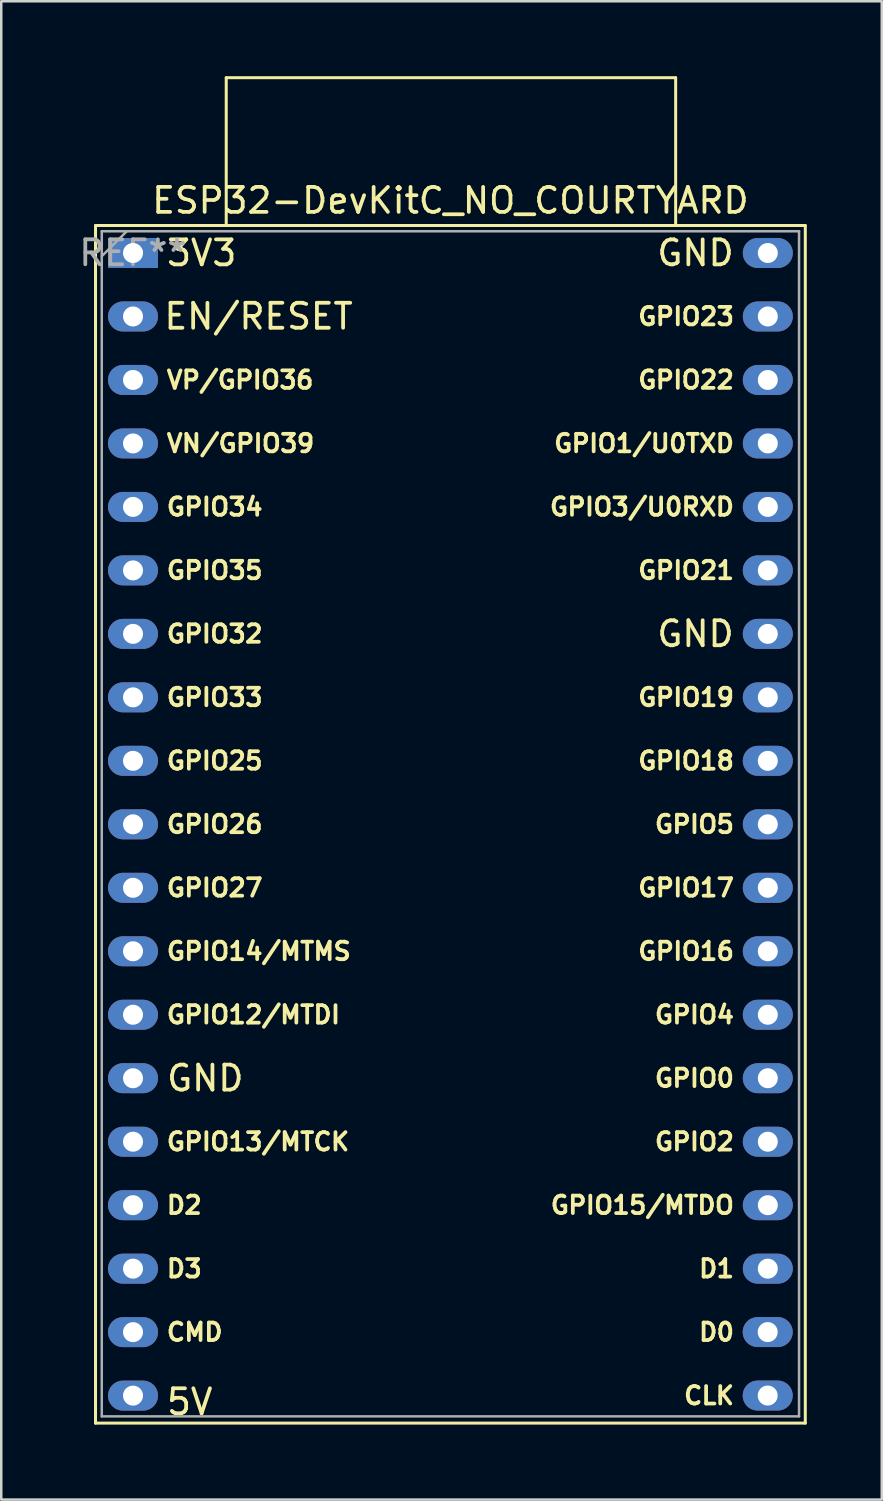
<source format=kicad_pcb>
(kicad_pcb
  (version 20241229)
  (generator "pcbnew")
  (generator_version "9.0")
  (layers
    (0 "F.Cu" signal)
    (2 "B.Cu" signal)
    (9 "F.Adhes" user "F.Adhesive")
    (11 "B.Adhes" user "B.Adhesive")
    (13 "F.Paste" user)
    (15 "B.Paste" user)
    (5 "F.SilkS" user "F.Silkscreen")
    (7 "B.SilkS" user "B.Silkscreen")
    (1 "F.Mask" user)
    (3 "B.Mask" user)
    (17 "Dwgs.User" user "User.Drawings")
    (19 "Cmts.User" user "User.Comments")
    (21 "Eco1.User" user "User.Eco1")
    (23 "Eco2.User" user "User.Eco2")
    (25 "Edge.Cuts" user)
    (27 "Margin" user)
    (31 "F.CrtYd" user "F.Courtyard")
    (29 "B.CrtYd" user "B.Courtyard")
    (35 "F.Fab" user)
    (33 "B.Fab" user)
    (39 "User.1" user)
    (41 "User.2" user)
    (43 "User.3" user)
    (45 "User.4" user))
  (footprint "ESP32-DevKitC_NO_COURTYARD"
    (layer "F.Cu")
    (at 2.272 7.073)
    (property "Reference" "ESP32-DevKitC_NO_COURTYARD" (at 12.7 -2.1 0) (layer "F.SilkS") (effects (font (size 1 1) (thickness 0.15))))
    (attr through_hole exclude_from_bom)
    (fp_line (start -1.5 46.82) (end 26.9 46.82) (stroke (width 0.12) (type solid)) (layer "F.SilkS"))
    (fp_line (start -1.5 -1.1) (end -1.5 46.82) (stroke (width 0.12) (type solid)) (layer "F.SilkS"))
    (fp_line (start 3.73 -7.013) (end 21.713 -7.013) (stroke (width 0.12) (type solid)) (layer "F.SilkS"))
    (fp_line (start 3.73 -1.12) (end 3.73 -7.013) (stroke (width 0.12) (type solid)) (layer "F.SilkS"))
    (fp_line (start 21.713 -7.013) (end 21.713 -1.12) (stroke (width 0.12) (type solid)) (layer "F.SilkS"))
    (fp_line (start 26.9 46.82) (end 26.9 -1.1) (stroke (width 0.12) (type solid)) (layer "F.SilkS"))
    (fp_line (start 26.9 -1.1) (end -1.5 -1.1) (stroke (width 0.12) (type solid)) (layer "F.SilkS"))
    (fp_line (start -1.25 -0.87) (end 26.65 -0.87) (stroke (width 0.1) (type solid)) (layer "F.Fab"))
    (fp_line (start -1.25 46.55) (end -1.25 -0.87) (stroke (width 0.1) (type solid)) (layer "F.Fab"))
    (fp_line (start -0.25 -0.87) (end -1.25 0.13) (stroke (width 0.1) (type solid)) (layer "F.Fab"))
    (fp_line (start 26.65 -0.87) (end 26.65 46.55) (stroke (width 0.1) (type solid)) (layer "F.Fab"))
    (fp_line (start 26.65 46.55) (end -1.25 46.55) (stroke (width 0.1) (type solid)) (layer "F.Fab"))
    (fp_text user "GND" (at 24.13 15.24 0) (unlocked yes) (layer "F.SilkS") (effects (font (size 1 1) (thickness 0.15)) (justify right)))
    (fp_text user "GPIO0" (at 24.13 33.02 0) (unlocked yes) (layer "F.SilkS") (effects (font (size 0.7 0.7) (thickness 0.15)) (justify right)))
    (fp_text user "5V" (at 1.266 45.971 0) (unlocked yes) (layer "F.SilkS") (effects (font (size 1 1) (thickness 0.15)) (justify left)))
    (fp_text user "D3" (at 1.27 40.64 0) (unlocked yes) (layer "F.SilkS") (effects (font (size 0.7 0.7) (thickness 0.15)) (justify left)))
    (fp_text user "D1" (at 24.13 40.64 0) (unlocked yes) (layer "F.SilkS") (effects (font (size 0.7 0.7) (thickness 0.15)) (justify right)))
    (fp_text user "GPIO2" (at 24.13 35.56 0) (unlocked yes) (layer "F.SilkS") (effects (font (size 0.7 0.7) (thickness 0.15)) (justify right)))
    (fp_text user "GPIO14/MTMS" (at 1.27 27.94 0) (unlocked yes) (layer "F.SilkS") (effects (font (size 0.7 0.7) (thickness 0.15)) (justify left)))
    (fp_text user "GPIO26" (at 1.27 22.86 0) (unlocked yes) (layer "F.SilkS") (effects (font (size 0.7 0.7) (thickness 0.15)) (justify left)))
    (fp_text user "GPIO19" (at 24.13 17.78 0) (unlocked yes) (layer "F.SilkS") (effects (font (size 0.7 0.7) (thickness 0.15)) (justify right)))
    (fp_text user "GPIO22" (at 24.13 5.08 0) (unlocked yes) (layer "F.SilkS") (effects (font (size 0.7 0.7) (thickness 0.15)) (justify right)))
    (fp_text user "VP/GPIO36" (at 1.27 5.08 0) (unlocked yes) (layer "F.SilkS") (effects (font (size 0.7 0.7) (thickness 0.15)) (justify left)))
    (fp_text user "GPIO25" (at 1.27 20.32 0) (unlocked yes) (layer "F.SilkS") (effects (font (size 0.7 0.7) (thickness 0.15)) (justify left)))
    (fp_text user "CMD" (at 1.27 43.18 0) (unlocked yes) (layer "F.SilkS") (effects (font (size 0.7 0.7) (thickness 0.15)) (justify left)))
    (fp_text user "GPIO5" (at 24.13 22.86 0) (unlocked yes) (layer "F.SilkS") (effects (font (size 0.7 0.7) (thickness 0.15)) (justify right)))
    (fp_text user "D2" (at 1.27 38.1 0) (unlocked yes) (layer "F.SilkS") (effects (font (size 0.7 0.7) (thickness 0.15)) (justify left)))
    (fp_text user "GPIO17" (at 24.13 25.4 0) (unlocked yes) (layer "F.SilkS") (effects (font (size 0.7 0.7) (thickness 0.15)) (justify right)))
    (fp_text user "VN/GPIO39" (at 1.27 7.62 0) (unlocked yes) (layer "F.SilkS") (effects (font (size 0.7 0.7) (thickness 0.15)) (justify left)))
    (fp_text user "GPIO32" (at 1.27 15.24 0) (unlocked yes) (layer "F.SilkS") (effects (font (size 0.7 0.7) (thickness 0.15)) (justify left)))
    (fp_text user "GPIO13/MTCK" (at 1.27 35.56 0) (unlocked yes) (layer "F.SilkS") (effects (font (size 0.7 0.7) (thickness 0.15)) (justify left)))
    (fp_text user "GPIO18" (at 24.13 20.32 0) (unlocked yes) (layer "F.SilkS") (effects (font (size 0.7 0.7) (thickness 0.15)) (justify right)))
    (fp_text user "CLK" (at 24.13 45.72 0) (unlocked yes) (layer "F.SilkS") (effects (font (size 0.7 0.7) (thickness 0.15)) (justify right)))
    (fp_text user "GPIO3/U0RXD" (at 24.13 10.16 0) (unlocked yes) (layer "F.SilkS") (effects (font (size 0.7 0.7) (thickness 0.15)) (justify right)))
    (fp_text user "GPIO12/MTDI" (at 1.27 30.48 0) (unlocked yes) (layer "F.SilkS") (effects (font (size 0.7 0.7) (thickness 0.15)) (justify left)))
    (fp_text user "GPIO23" (at 24.13 2.54 0) (unlocked yes) (layer "F.SilkS") (effects (font (size 0.7 0.7) (thickness 0.15)) (justify right)))
    (fp_text user "GPIO34" (at 1.27 10.16 0) (unlocked yes) (layer "F.SilkS") (effects (font (size 0.7 0.7) (thickness 0.15)) (justify left)))
    (fp_text user "GPIO21" (at 24.13 12.7 0) (unlocked yes) (layer "F.SilkS") (effects (font (size 0.7 0.7) (thickness 0.15)) (justify right)))
    (fp_text user "GPIO35" (at 1.27 12.7 0) (unlocked yes) (layer "F.SilkS") (effects (font (size 0.7 0.7) (thickness 0.15)) (justify left)))
    (fp_text user "GPIO33" (at 1.27 17.78 0) (unlocked yes) (layer "F.SilkS") (effects (font (size 0.7 0.7) (thickness 0.15)) (justify left)))
    (fp_text user "GPIO1/U0TXD" (at 24.13 7.62 0) (unlocked yes) (layer "F.SilkS") (effects (font (size 0.7 0.7) (thickness 0.15)) (justify right)))
    (fp_text user "GPIO27" (at 1.27 25.4 0) (unlocked yes) (layer "F.SilkS") (effects (font (size 0.7 0.7) (thickness 0.15)) (justify left)))
    (fp_text user "3V3" (at 1.27 0 0) (unlocked yes) (layer "F.SilkS") (effects (font (size 1 1) (thickness 0.15)) (justify left)))
    (fp_text user "D0" (at 24.13 43.18 0) (unlocked yes) (layer "F.SilkS") (effects (font (size 0.7 0.7) (thickness 0.15)) (justify right)))
    (fp_text user "GPIO4" (at 24.13 30.48 0) (unlocked yes) (layer "F.SilkS") (effects (font (size 0.7 0.7) (thickness 0.15)) (justify right)))
    (fp_text user "GPIO15/MTDO" (at 24.13 38.1 0) (unlocked yes) (layer "F.SilkS") (effects (font (size 0.7 0.7) (thickness 0.15)) (justify right)))
    (fp_text user "GND" (at 24.13 0 0) (unlocked yes) (layer "F.SilkS") (effects (font (size 1 1) (thickness 0.15)) (justify right)))
    (fp_text user "GND" (at 1.27 33.02 0) (unlocked yes) (layer "F.SilkS") (effects (font (size 1 1) (thickness 0.15)) (justify left)))
    (fp_text user "GPIO16" (at 24.13 27.94 0) (unlocked yes) (layer "F.SilkS") (effects (font (size 0.7 0.7) (thickness 0.15)) (justify right)))
    (fp_text user "EN/RESET" (at 8.886 2.537 0) (unlocked yes) (layer "F.SilkS") (effects (font (size 1 1) (thickness 0.15)) (justify right)))
    (fp_text user "REF**" (at -0.004 -0.003 0) (layer "F.Fab") (effects (font (size 1 1) (thickness 0.15))))
    (pad "1" thru_hole rect (at 0 0 270) (size 1.2 2) (drill 0.8) (layers "*.Cu" "*.Mask"))
    (pad "2" thru_hole oval (at 0 2.54 270) (size 1.2 2) (drill 0.8) (layers "*.Cu" "*.Mask"))
    (pad "3" thru_hole oval (at 0 5.08 270) (size 1.2 2) (drill 0.8) (layers "*.Cu" "*.Mask"))
    (pad "4" thru_hole oval (at 0 7.62 270) (size 1.2 2) (drill 0.8) (layers "*.Cu" "*.Mask"))
    (pad "5" thru_hole oval (at 0 10.16 270) (size 1.2 2) (drill 0.8) (layers "*.Cu" "*.Mask"))
    (pad "6" thru_hole oval (at 0 12.7 270) (size 1.2 2) (drill 0.8) (layers "*.Cu" "*.Mask"))
    (pad "7" thru_hole oval (at 0 15.24 270) (size 1.2 2) (drill 0.8) (layers "*.Cu" "*.Mask"))
    (pad "8" thru_hole oval (at 0 17.78 270) (size 1.2 2) (drill 0.8) (layers "*.Cu" "*.Mask"))
    (pad "9" thru_hole oval (at 0 20.32 270) (size 1.2 2) (drill 0.8) (layers "*.Cu" "*.Mask"))
    (pad "10" thru_hole oval (at 0 22.86 270) (size 1.2 2) (drill 0.8) (layers "*.Cu" "*.Mask"))
    (pad "11" thru_hole oval (at 0 25.4 270) (size 1.2 2) (drill 0.8) (layers "*.Cu" "*.Mask"))
    (pad "12" thru_hole oval (at 0 27.94 270) (size 1.2 2) (drill 0.8) (layers "*.Cu" "*.Mask"))
    (pad "13" thru_hole oval (at 0 30.48 270) (size 1.2 2) (drill 0.8) (layers "*.Cu" "*.Mask"))
    (pad "14" thru_hole oval (at 0 33.02 270) (size 1.2 2) (drill 0.8) (layers "*.Cu" "*.Mask"))
    (pad "15" thru_hole oval (at 0 35.56 270) (size 1.2 2) (drill 0.8) (layers "*.Cu" "*.Mask"))
    (pad "16" thru_hole oval (at 0 38.1 270) (size 1.2 2) (drill 0.8) (layers "*.Cu" "*.Mask"))
    (pad "17" thru_hole oval (at 0 40.64 270) (size 1.2 2) (drill 0.8) (layers "*.Cu" "*.Mask"))
    (pad "18" thru_hole oval (at 0 43.18 270) (size 1.2 2) (drill 0.8) (layers "*.Cu" "*.Mask"))
    (pad "19" thru_hole oval (at 0 45.72 270) (size 1.2 2) (drill 0.8) (layers "*.Cu" "*.Mask"))
    (pad "20" thru_hole oval (at 25.396 45.717 270) (size 1.2 2) (drill 0.8) (layers "*.Cu" "*.Mask"))
    (pad "21" thru_hole oval (at 25.396 43.177 270) (size 1.2 2) (drill 0.8) (layers "*.Cu" "*.Mask"))
    (pad "22" thru_hole oval (at 25.4 40.64 270) (size 1.2 2) (drill 0.8) (layers "*.Cu" "*.Mask"))
    (pad "23" thru_hole oval (at 25.4 38.1 270) (size 1.2 2) (drill 0.8) (layers "*.Cu" "*.Mask"))
    (pad "24" thru_hole oval (at 25.4 35.56 270) (size 1.2 2) (drill 0.8) (layers "*.Cu" "*.Mask"))
    (pad "25" thru_hole oval (at 25.4 33.02 270) (size 1.2 2) (drill 0.8) (layers "*.Cu" "*.Mask"))
    (pad "26" thru_hole oval (at 25.4 30.48 270) (size 1.2 2) (drill 0.8) (layers "*.Cu" "*.Mask"))
    (pad "27" thru_hole oval (at 25.4 27.94 270) (size 1.2 2) (drill 0.8) (layers "*.Cu" "*.Mask"))
    (pad "28" thru_hole oval (at 25.4 25.4 270) (size 1.2 2) (drill 0.8) (layers "*.Cu" "*.Mask"))
    (pad "29" thru_hole oval (at 25.4 22.86 270) (size 1.2 2) (drill 0.8) (layers "*.Cu" "*.Mask"))
    (pad "30" thru_hole oval (at 25.4 20.32 270) (size 1.2 2) (drill 0.8) (layers "*.Cu" "*.Mask"))
    (pad "31" thru_hole oval (at 25.4 17.78 270) (size 1.2 2) (drill 0.8) (layers "*.Cu" "*.Mask"))
    (pad "32" thru_hole oval (at 25.4 15.24 270) (size 1.2 2) (drill 0.8) (layers "*.Cu" "*.Mask"))
    (pad "33" thru_hole oval (at 25.4 12.7 270) (size 1.2 2) (drill 0.8) (layers "*.Cu" "*.Mask"))
    (pad "34" thru_hole oval (at 25.4 10.16 270) (size 1.2 2) (drill 0.8) (layers "*.Cu" "*.Mask"))
    (pad "35" thru_hole oval (at 25.4 7.62 270) (size 1.2 2) (drill 0.8) (layers "*.Cu" "*.Mask"))
    (pad "36" thru_hole oval (at 25.4 5.08 270) (size 1.2 2) (drill 0.8) (layers "*.Cu" "*.Mask"))
    (pad "37" thru_hole oval (at 25.4 2.54 270) (size 1.2 2) (drill 0.8) (layers "*.Cu" "*.Mask"))
    (pad "38" thru_hole oval (at 25.4 0 270) (size 1.2 2) (drill 0.8) (layers "*.Cu" "*.Mask")))
  (gr_rect
    (start -3 -3)
    (end 32.232 56.953)
    (stroke (width 0.1) (type default))
    (fill no)
    (layer "Edge.Cuts")))
</source>
